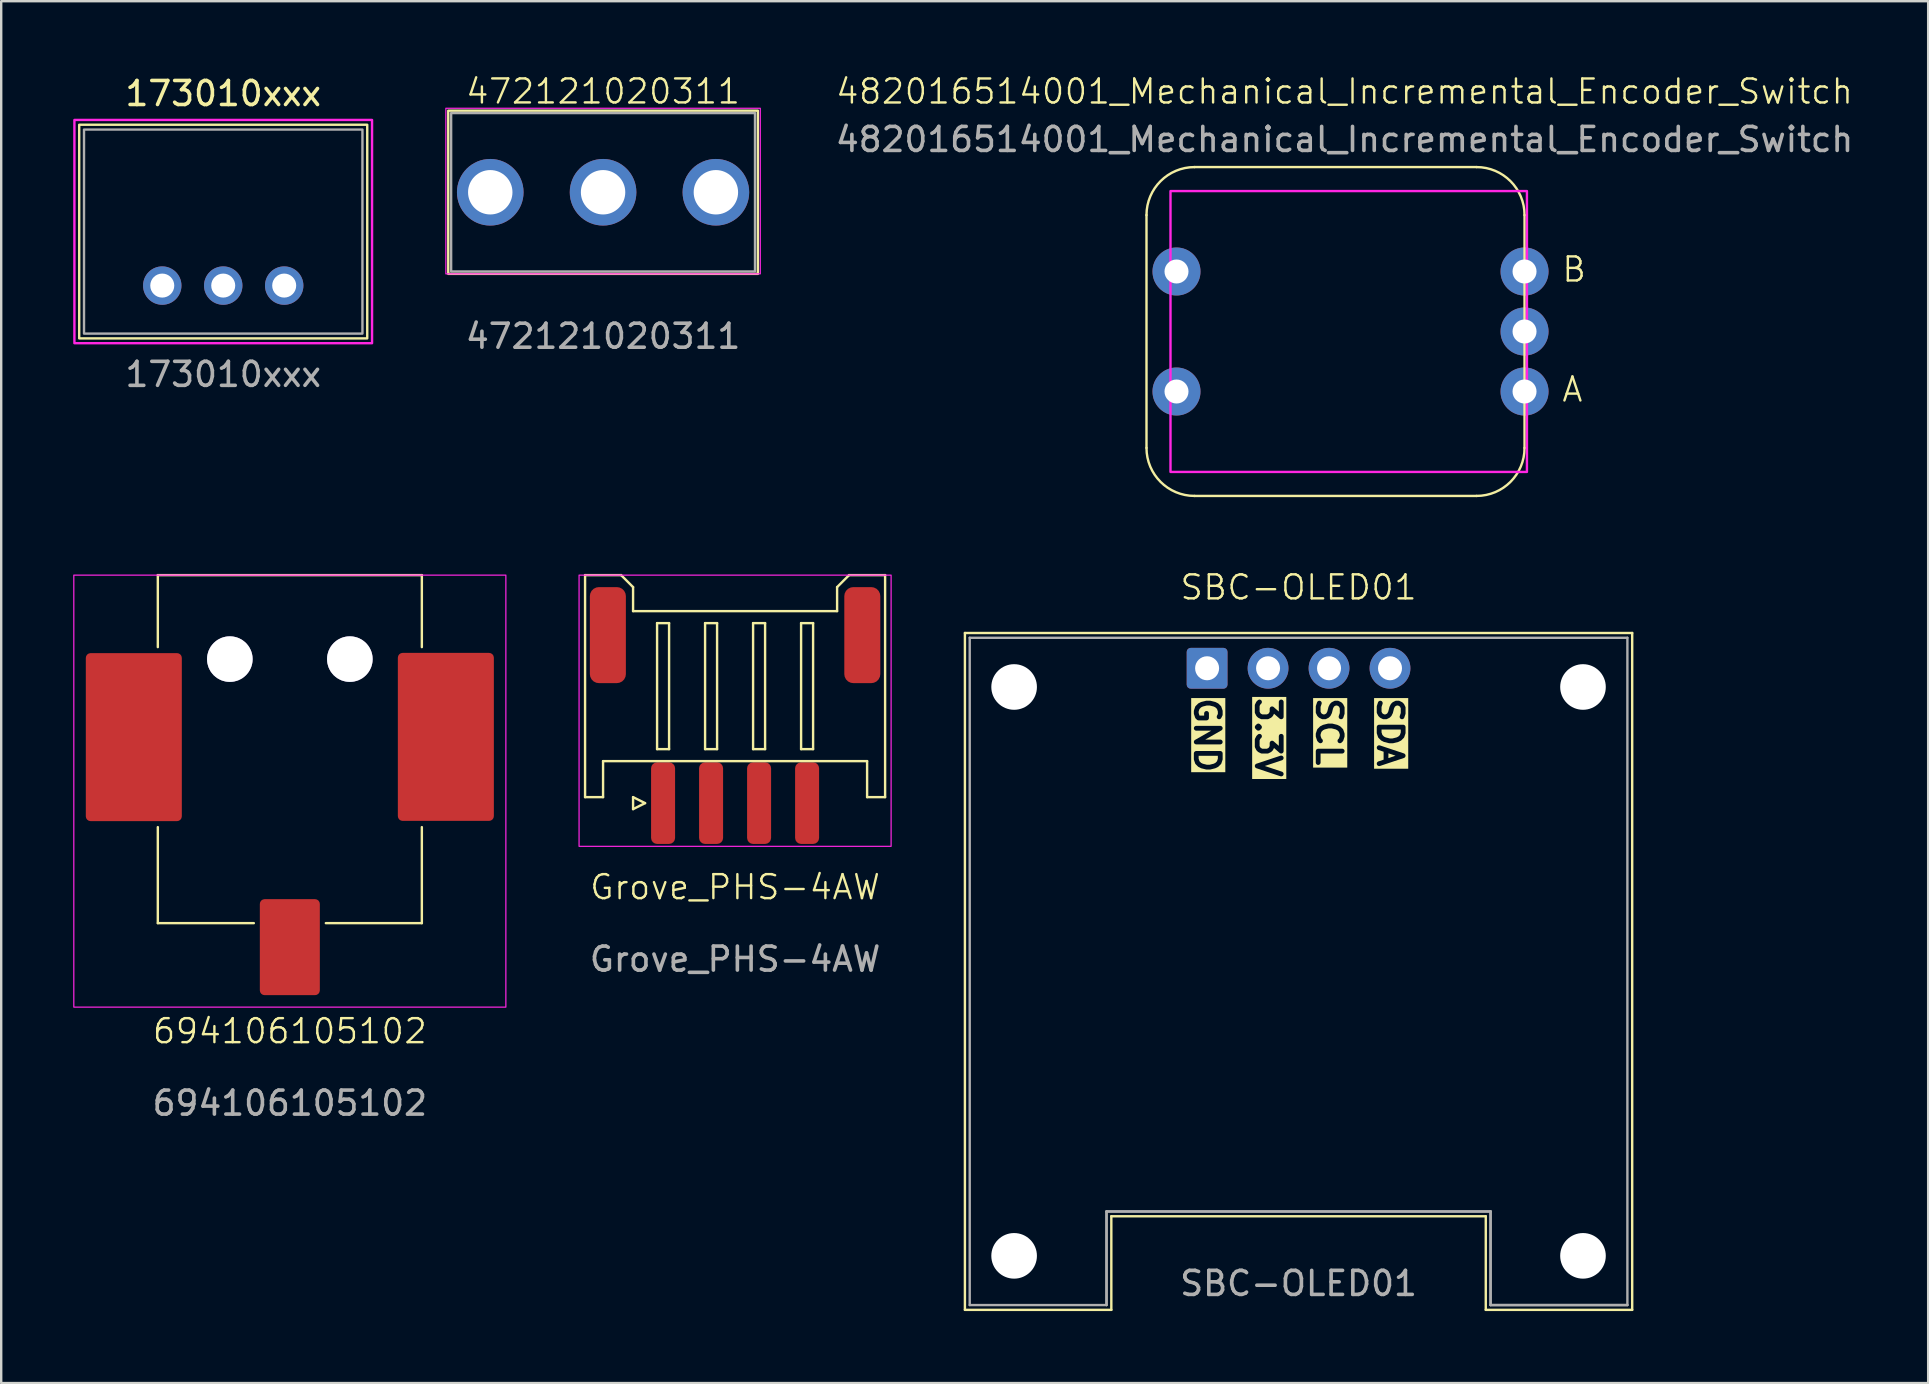
<source format=kicad_pcb>
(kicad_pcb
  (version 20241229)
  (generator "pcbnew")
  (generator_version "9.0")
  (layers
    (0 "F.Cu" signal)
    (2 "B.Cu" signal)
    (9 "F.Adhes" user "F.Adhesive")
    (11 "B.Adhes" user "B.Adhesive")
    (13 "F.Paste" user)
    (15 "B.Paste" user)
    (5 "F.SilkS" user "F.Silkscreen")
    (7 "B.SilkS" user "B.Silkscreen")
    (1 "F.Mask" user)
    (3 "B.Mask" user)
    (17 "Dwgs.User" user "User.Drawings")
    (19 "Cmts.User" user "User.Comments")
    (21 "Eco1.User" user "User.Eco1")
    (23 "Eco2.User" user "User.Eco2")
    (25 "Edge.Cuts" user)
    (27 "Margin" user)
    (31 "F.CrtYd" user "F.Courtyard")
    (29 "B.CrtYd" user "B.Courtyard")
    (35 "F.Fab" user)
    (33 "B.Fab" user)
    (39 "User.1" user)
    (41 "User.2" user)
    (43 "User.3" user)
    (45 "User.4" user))
  (footprint "694106105102"
    (layer "F.Cu")
    (at 9.025 20.91)
    (property "Reference" "694106105102" (at 0 19 0) (unlocked yes) (layer "F.SilkS") (effects (font (size 1 1) (thickness 0.1))))
    (attr smd)
    (fp_line (start -5.5 0) (end 5.5 0) (stroke (width 0.1) (type default)) (layer "F.SilkS"))
    (fp_line (start -5.5 3) (end -5.5 0) (stroke (width 0.1) (type default)) (layer "F.SilkS"))
    (fp_line (start -5.5 14.5) (end -5.5 10.5) (stroke (width 0.1) (type default)) (layer "F.SilkS"))
    (fp_line (start -1.5 14.5) (end -5.5 14.5) (stroke (width 0.1) (type default)) (layer "F.SilkS"))
    (fp_line (start 5.5 0) (end 5.5 3) (stroke (width 0.1) (type default)) (layer "F.SilkS"))
    (fp_line (start 5.5 10.5) (end 5.5 14.5) (stroke (width 0.1) (type default)) (layer "F.SilkS"))
    (fp_line (start 5.5 14.5) (end 1.5 14.5) (stroke (width 0.1) (type default)) (layer "F.SilkS"))
    (fp_rect (start -9 0) (end 9 18) (stroke (width 0.05) (type default)) (fill no) (layer "F.CrtYd"))
    (fp_text user "${REFERENCE}" (at 0 22 0) (unlocked yes) (layer "F.Fab") (effects (font (size 1 1) (thickness 0.15))))
    (pad "" np_thru_hole roundrect (at -2.5 3.5 270) (size 1.9 1.9) (drill 1.9) (layers "*.Cu" "*.Mask") (roundrect_rratio 0.5))
    (pad "" np_thru_hole roundrect (at 2.5 3.5 270) (size 1.9 1.9) (drill 1.9) (layers "*.Cu" "*.Mask") (roundrect_rratio 0.5))
    (pad "1" smd roundrect (at 0 15.5 90) (size 4 2.5) (layers "F.Cu" "F.Mask" "F.Paste") (roundrect_rratio 0.08))
    (pad "2" smd roundrect (at -6.5 6.75 90) (size 7 4) (layers "F.Cu" "F.Mask" "F.Paste") (roundrect_rratio 0.05))
    (pad "3" smd roundrect (at 6.5 6.74 90) (size 7 4) (layers "F.Cu" "F.Mask" "F.Paste") (roundrect_rratio 0.05)))
  (footprint "472121020311"
    (layer "F.Cu")
    (at 22.075 4.96)
    (property "Reference" "472121020311" (at 0 -4.2 0) (unlocked yes) (layer "F.SilkS") (effects (font (size 1 1) (thickness 0.1))))
    (attr through_hole)
    (fp_rect (start -6.45 -3.4) (end 6.45 3.4) (stroke (width 0.1) (type default)) (fill no) (layer "F.SilkS"))
    (fp_rect (start -6.55 -3.5) (end 6.55 3.4) (stroke (width 0.05) (type default)) (fill no) (layer "F.CrtYd"))
    (fp_rect (start -6.33 -3.3) (end 6.33 3.3) (stroke (width 0.1) (type default)) (fill no) (layer "F.Fab"))
    (fp_text user "${REFERENCE}" (at 0 6 0) (unlocked yes) (layer "F.Fab") (effects (font (size 1 1) (thickness 0.15))))
    (pad "1" thru_hole circle (at -4.7 0) (size 2.775 2.775) (drill 1.85) (layers "*.Cu" "*.Mask"))
    (pad "2" thru_hole circle (at 0 0) (size 2.775 2.775) (drill 1.85) (layers "*.Cu" "*.Mask"))
    (pad "3" thru_hole circle (at 4.7 0) (size 2.775 2.775) (drill 1.85) (layers "*.Cu" "*.Mask")))
  (footprint "482016514001_Mechanical_Incremental_Encoder_Switch"
    (layer "F.Cu")
    (at 52.965 10.761)
    (property "Reference" "482016514001_Mechanical_Incremental_Encoder_Switch" (at 0 -10 0) (unlocked yes) (layer "F.SilkS") (effects (font (size 1 1) (thickness 0.1))))
    (attr through_hole)
    (fp_line (start -8.25 -4.85) (end -8.25 4.85) (stroke (width 0.1) (type default)) (layer "F.SilkS"))
    (fp_line (start -6.25 6.85) (end 5.5 6.85) (stroke (width 0.1) (type default)) (layer "F.SilkS"))
    (fp_line (start 5.5 -6.85) (end -6.25 -6.85) (stroke (width 0.1) (type default)) (layer "F.SilkS"))
    (fp_line (start 7.5 4.85) (end 7.5 -4.85) (stroke (width 0.1) (type default)) (layer "F.SilkS"))
    (fp_arc (start -8.25 -4.85) (mid -7.664214 -6.264214) (end -6.25 -6.85) (stroke (width 0.1) (type default)) (layer "F.SilkS"))
    (fp_arc (start -6.25 6.85) (mid -7.664214 6.264214) (end -8.25 4.85) (stroke (width 0.1) (type default)) (layer "F.SilkS"))
    (fp_arc (start 5.5 -6.85) (mid 6.914214 -6.264214) (end 7.5 -4.85) (stroke (width 0.1) (type default)) (layer "F.SilkS"))
    (fp_arc (start 7.5 4.85) (mid 6.914214 6.264214) (end 5.5 6.85) (stroke (width 0.1) (type default)) (layer "F.SilkS"))
    (fp_rect (start -7.25 -5.85) (end 7.6 5.85) (stroke (width 0.1) (type default)) (fill no) (layer "F.CrtYd"))
    (fp_text user "A" (at 9 3 0) (unlocked yes) (layer "F.SilkS") (effects (font (size 1 1) (thickness 0.1)) (justify left bottom)))
    (fp_text user "B" (at 9 -2 0) (unlocked yes) (layer "F.SilkS") (effects (font (size 1 1) (thickness 0.1)) (justify left bottom)))
    (fp_text user "${REFERENCE}" (at 0 -8 0) (unlocked yes) (layer "F.Fab") (effects (font (size 1 1) (thickness 0.15))))
    (pad "A" thru_hole circle (at 7.5 2.5) (size 2 2) (drill 1) (layers "*.Cu" "*.Mask"))
    (pad "B" thru_hole circle (at 7.5 -2.5) (size 2 2) (drill 1) (layers "*.Cu" "*.Mask"))
    (pad "C" thru_hole circle (at 7.5 0) (size 2 2) (drill 1) (layers "*.Cu" "*.Mask"))
    (pad "S1" thru_hole circle (at -7 2.5) (size 2 2) (drill 1) (layers "*.Cu" "*.Mask"))
    (pad "S2" thru_hole circle (at -7 -2.5) (size 2 2) (drill 1) (layers "*.Cu" "*.Mask")))
  (footprint "SBC-OLED01"
    (layer "F.Cu")
    (at 51.05 37.421)
    (property "Reference" "SBC-OLED01" (at 0 -16 0) (unlocked yes) (layer "F.SilkS") (effects (font (size 1 1) (thickness 0.1))))
    (attr through_hole)
    (fp_line (start -13.9 -14.1) (end -13.9 14.1) (stroke (width 0.1) (type default)) (layer "F.SilkS"))
    (fp_line (start -13.9 -14.1) (end 13.9 -14.1) (stroke (width 0.1) (type default)) (layer "F.SilkS"))
    (fp_line (start -13.9 14.1) (end -7.8 14.1) (stroke (width 0.1) (type default)) (layer "F.SilkS"))
    (fp_line (start -7.8 10.2) (end 7.8 10.2) (stroke (width 0.1) (type default)) (layer "F.SilkS"))
    (fp_line (start -7.8 14.1) (end -7.8 10.2) (stroke (width 0.1) (type default)) (layer "F.SilkS"))
    (fp_line (start 7.8 14.1) (end 7.8 10.2) (stroke (width 0.1) (type default)) (layer "F.SilkS"))
    (fp_line (start 7.8 14.1) (end 13.9 14.1) (stroke (width 0.1) (type default)) (layer "F.SilkS"))
    (fp_line (start 13.9 14.1) (end 13.9 -14.1) (stroke (width 0.1) (type default)) (layer "F.SilkS"))
    (fp_line (start -13.7 -13.9) (end -13.7 13.9) (stroke (width 0.1) (type default)) (layer "F.Fab"))
    (fp_line (start -13.7 -13.9) (end 13.7 -13.9) (stroke (width 0.1) (type default)) (layer "F.Fab"))
    (fp_line (start -13.7 13.9) (end -8 13.9) (stroke (width 0.1) (type default)) (layer "F.Fab"))
    (fp_line (start -8 10) (end 8 10) (stroke (width 0.1) (type default)) (layer "F.Fab"))
    (fp_line (start -8 10) (end 8 10) (stroke (width 0.1) (type default)) (layer "F.Fab"))
    (fp_line (start -8 13.9) (end -8 10) (stroke (width 0.1) (type default)) (layer "F.Fab"))
    (fp_line (start -8 13.9) (end -8 10) (stroke (width 0.1) (type default)) (layer "F.Fab"))
    (fp_line (start 8 13.9) (end 8 10) (stroke (width 0.1) (type default)) (layer "F.Fab"))
    (fp_line (start 8 13.9) (end 8 10) (stroke (width 0.1) (type default)) (layer "F.Fab"))
    (fp_line (start 8 13.9) (end 13.7 13.9) (stroke (width 0.1) (type default)) (layer "F.Fab"))
    (fp_line (start 8 13.9) (end 13.7 13.9) (stroke (width 0.1) (type default)) (layer "F.Fab"))
    (fp_line (start 13.7 13.9) (end 13.7 -13.9) (stroke (width 0.1) (type default)) (layer "F.Fab"))
    (fp_text user "3.3V" (at -1.27 -11.5 270) (unlocked yes) (layer "F.SilkS" knockout) (effects (font (size 1 1) (thickness 0.2) (bold yes)) (justify left)))
    (fp_text user "GND" (at -3.81 -11.5 270) (unlocked yes) (layer "F.SilkS" knockout) (effects (font (size 1 1) (thickness 0.2) (bold yes)) (justify left)))
    (fp_text user "SCL" (at 1.27 -11.5 270) (unlocked yes) (layer "F.SilkS" knockout) (effects (font (size 1 1) (thickness 0.2) (bold yes)) (justify left)))
    (fp_text user "SDA" (at 3.81 -11.5 270) (unlocked yes) (layer "F.SilkS" knockout) (effects (font (size 1 1) (thickness 0.2) (bold yes)) (justify left)))
    (fp_text user "${REFERENCE}" (at 0 13 0) (unlocked yes) (layer "F.Fab") (effects (font (size 1 1) (thickness 0.15))))
    (pad "" np_thru_hole circle (at -11.85 -11.85) (size 1.9 1.9) (drill 1.9) (layers "*.Cu" "*.Mask"))
    (pad "" np_thru_hole circle (at -11.85 11.85) (size 1.9 1.9) (drill 1.9) (layers "*.Cu" "*.Mask"))
    (pad "" np_thru_hole circle (at 11.85 -11.85) (size 1.9 1.9) (drill 1.9) (layers "*.Cu" "*.Mask"))
    (pad "" np_thru_hole circle (at 11.85 11.85) (size 1.9 1.9) (drill 1.9) (layers "*.Cu" "*.Mask"))
    (pad "1" thru_hole roundrect (at -3.81 -12.63) (size 1.7 1.7) (drill 1) (layers "*.Cu" "*.Mask") (roundrect_rratio 0.1))
    (pad "2" thru_hole circle (at -1.27 -12.63) (size 1.7 1.7) (drill 1) (layers "*.Cu" "*.Mask"))
    (pad "3" thru_hole circle (at 1.27 -12.63) (size 1.7 1.7) (drill 1) (layers "*.Cu" "*.Mask"))
    (pad "4" thru_hole circle (at 3.81 -12.63) (size 1.7 1.7) (drill 1) (layers "*.Cu" "*.Mask")))
  (footprint "Grove_PHS-4AW"
    (layer "F.Cu")
    (at 27.575 20.91)
    (property "Reference" "Grove_PHS-4AW" (at 0 13 0) (unlocked yes) (layer "F.SilkS") (effects (font (size 1 1) (thickness 0.1))))
    (attr smd)
    (fp_line (start -6.25 0) (end -4.75 0) (stroke (width 0.1) (type default)) (layer "F.SilkS"))
    (fp_line (start -6.25 9.25) (end -6.25 0) (stroke (width 0.1) (type default)) (layer "F.SilkS"))
    (fp_line (start -6.25 9.25) (end -5.5 9.25) (stroke (width 0.1) (type default)) (layer "F.SilkS"))
    (fp_line (start -5.5 9.25) (end -5.5 7.75) (stroke (width 0.1) (type default)) (layer "F.SilkS"))
    (fp_line (start -4.75 0) (end -4.25 0.5) (stroke (width 0.1) (type default)) (layer "F.SilkS"))
    (fp_line (start -4.25 0.5) (end -4.25 1.5) (stroke (width 0.1) (type default)) (layer "F.SilkS"))
    (fp_line (start -4.25 1.5) (end 4.25 1.5) (stroke (width 0.1) (type default)) (layer "F.SilkS"))
    (fp_line (start -4.25 9.25) (end -3.75 9.5) (stroke (width 0.1) (type default)) (layer "F.SilkS"))
    (fp_line (start -4.25 9.75) (end -4.25 9.25) (stroke (width 0.1) (type default)) (layer "F.SilkS"))
    (fp_line (start -3.75 9.5) (end -4.25 9.75) (stroke (width 0.1) (type default)) (layer "F.SilkS"))
    (fp_line (start -3.25 2) (end -3.25 7.25) (stroke (width 0.1) (type default)) (layer "F.SilkS"))
    (fp_line (start -3.25 7.25) (end -2.75 7.25) (stroke (width 0.1) (type default)) (layer "F.SilkS"))
    (fp_line (start -2.75 2) (end -3.25 2) (stroke (width 0.1) (type default)) (layer "F.SilkS"))
    (fp_line (start -2.75 7.25) (end -2.75 2) (stroke (width 0.1) (type default)) (layer "F.SilkS"))
    (fp_line (start -1.25 2) (end -1.25 7.25) (stroke (width 0.1) (type default)) (layer "F.SilkS"))
    (fp_line (start -1.25 7.25) (end -0.75 7.25) (stroke (width 0.1) (type default)) (layer "F.SilkS"))
    (fp_line (start -0.75 2) (end -1.25 2) (stroke (width 0.1) (type default)) (layer "F.SilkS"))
    (fp_line (start -0.75 7.25) (end -0.75 2) (stroke (width 0.1) (type default)) (layer "F.SilkS"))
    (fp_line (start 0.75 2) (end 0.75 7.25) (stroke (width 0.1) (type default)) (layer "F.SilkS"))
    (fp_line (start 0.75 7.25) (end 1.25 7.25) (stroke (width 0.1) (type default)) (layer "F.SilkS"))
    (fp_line (start 1.25 2) (end 0.75 2) (stroke (width 0.1) (type default)) (layer "F.SilkS"))
    (fp_line (start 1.25 7.25) (end 1.25 2) (stroke (width 0.1) (type default)) (layer "F.SilkS"))
    (fp_line (start 2.75 2) (end 2.75 7.25) (stroke (width 0.1) (type default)) (layer "F.SilkS"))
    (fp_line (start 2.75 7.25) (end 3.25 7.25) (stroke (width 0.1) (type default)) (layer "F.SilkS"))
    (fp_line (start 3.25 2) (end 2.75 2) (stroke (width 0.1) (type default)) (layer "F.SilkS"))
    (fp_line (start 3.25 7.25) (end 3.25 2) (stroke (width 0.1) (type default)) (layer "F.SilkS"))
    (fp_line (start 4.25 0.5) (end 4.75 0) (stroke (width 0.1) (type default)) (layer "F.SilkS"))
    (fp_line (start 4.25 1.5) (end 4.25 0.5) (stroke (width 0.1) (type default)) (layer "F.SilkS"))
    (fp_line (start 4.75 0) (end 6.25 0) (stroke (width 0.1) (type default)) (layer "F.SilkS"))
    (fp_line (start 5.5 7.75) (end -5.5 7.75) (stroke (width 0.1) (type default)) (layer "F.SilkS"))
    (fp_line (start 5.5 7.75) (end 5.5 9.25) (stroke (width 0.1) (type default)) (layer "F.SilkS"))
    (fp_line (start 6.25 9.25) (end 5.5 9.25) (stroke (width 0.1) (type default)) (layer "F.SilkS"))
    (fp_line (start 6.25 9.25) (end 6.25 0) (stroke (width 0.1) (type default)) (layer "F.SilkS"))
    (fp_rect (start -6.5 0) (end 6.5 11.3) (stroke (width 0.05) (type default)) (fill no) (layer "F.CrtYd"))
    (fp_text user "${REFERENCE}" (at 0 16 0) (unlocked yes) (layer "F.Fab") (effects (font (size 1 1) (thickness 0.15))))
    (pad "" smd roundrect (at -5.3 2.5) (size 1.5 4) (layers "F.Cu" "F.Mask" "F.Paste") (roundrect_rratio 0.25))
    (pad "" smd roundrect (at 5.3 2.5) (size 1.5 4) (layers "F.Cu" "F.Mask" "F.Paste") (roundrect_rratio 0.25))
    (pad "1" smd roundrect (at -3 9.5) (size 1 3.4) (layers "F.Cu" "F.Mask" "F.Paste") (roundrect_rratio 0.25))
    (pad "2" smd roundrect (at -1 9.5) (size 1 3.4) (layers "F.Cu" "F.Mask" "F.Paste") (roundrect_rratio 0.25))
    (pad "3" smd roundrect (at 1 9.5) (size 1 3.4) (layers "F.Cu" "F.Mask" "F.Paste") (roundrect_rratio 0.25))
    (pad "4" smd roundrect (at 3 9.5) (size 1 3.4) (layers "F.Cu" "F.Mask" "F.Paste") (roundrect_rratio 0.25)))
  (footprint "173010xxx"
    (layer "F.Cu")
    (at 6.25 8.848)
    (property "Reference" "173010xxx" (at 0 -8 0) (unlocked yes) (layer "F.SilkS") (effects (font (size 1 1) (thickness 0.15))))
    (attr through_hole)
    (fp_rect (start -6 -6.7) (end 6 2.2) (stroke (width 0.1) (type default)) (fill no) (layer "F.SilkS"))
    (fp_rect (start -6.2 -6.9) (end 6.2 2.4) (stroke (width 0.1) (type default)) (fill no) (layer "F.CrtYd"))
    (fp_rect (start -5.8 -6.5) (end 5.8 2) (stroke (width 0.1) (type default)) (fill no) (layer "F.Fab"))
    (fp_text user "${REFERENCE}" (at 0 3.7 0) (unlocked yes) (layer "F.Fab") (effects (font (size 1 1) (thickness 0.15))))
    (pad "1" thru_hole circle (at -2.54 0) (size 1.6 1.6) (drill 1) (layers "*.Cu" "*.Mask"))
    (pad "2" thru_hole circle (at 0 0) (size 1.6 1.6) (drill 1) (layers "*.Cu" "*.Mask"))
    (pad "3" thru_hole circle (at 2.54 0) (size 1.6 1.6) (drill 1) (layers "*.Cu" "*.Mask")))
  (gr_rect
    (start -3 -3)
    (end 77.281 54.571)
    (stroke (width 0.1) (type default))
    (fill no)
    (layer "Edge.Cuts")))
</source>
